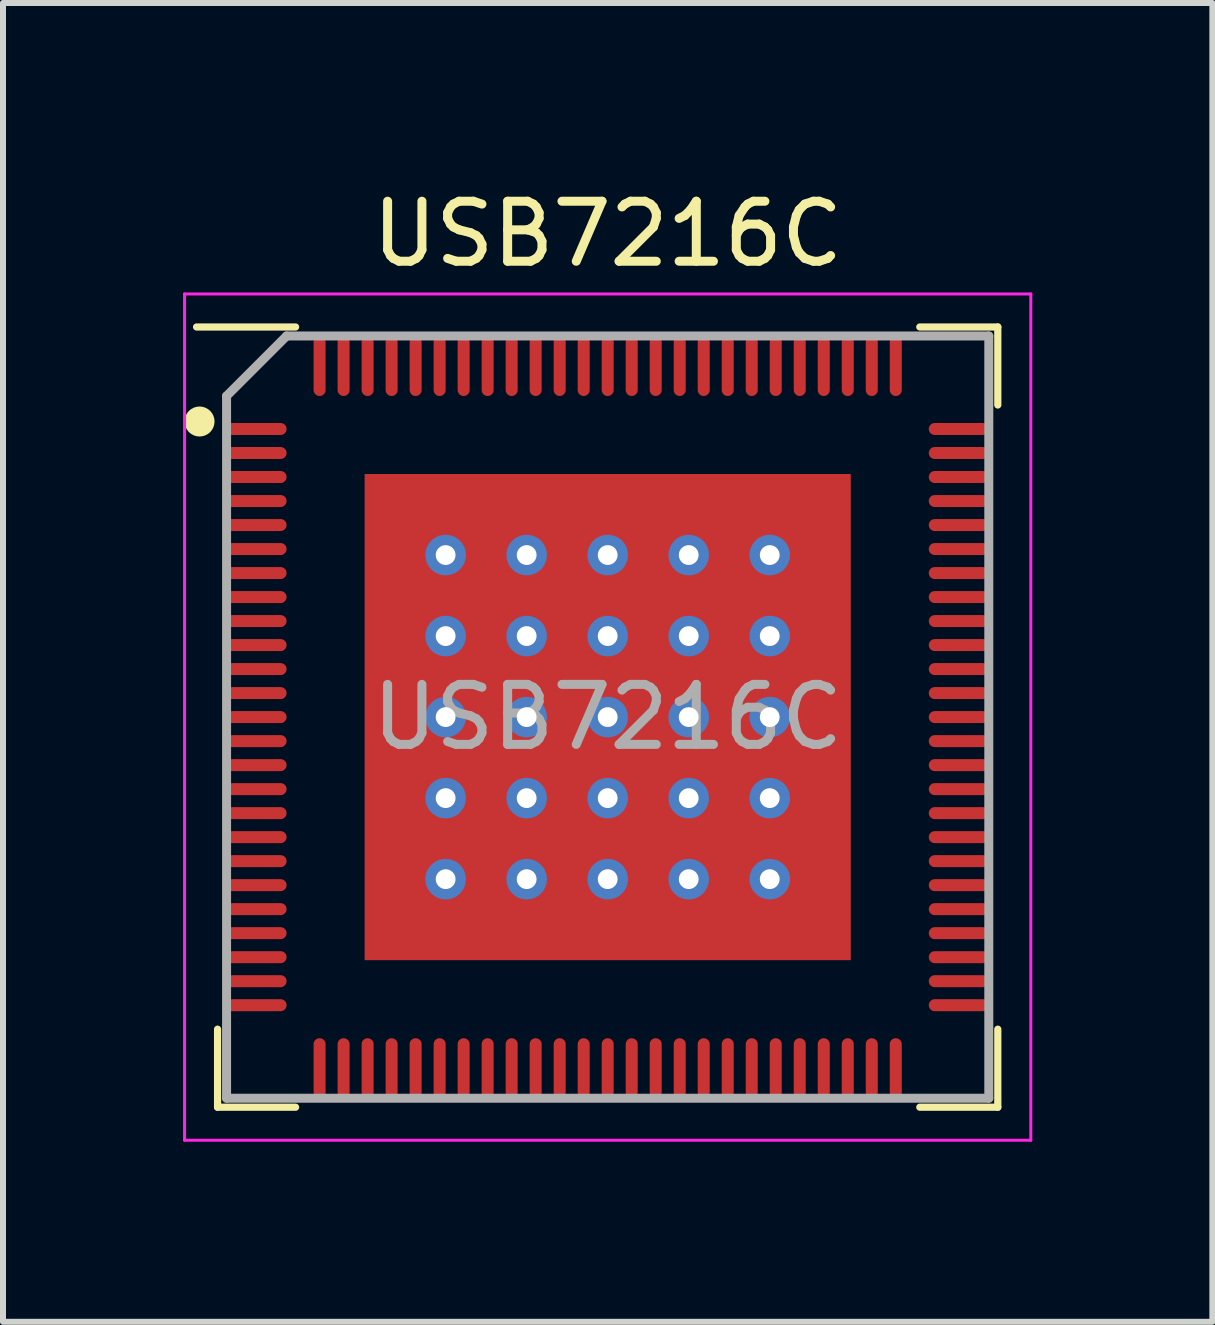
<source format=kicad_pcb>
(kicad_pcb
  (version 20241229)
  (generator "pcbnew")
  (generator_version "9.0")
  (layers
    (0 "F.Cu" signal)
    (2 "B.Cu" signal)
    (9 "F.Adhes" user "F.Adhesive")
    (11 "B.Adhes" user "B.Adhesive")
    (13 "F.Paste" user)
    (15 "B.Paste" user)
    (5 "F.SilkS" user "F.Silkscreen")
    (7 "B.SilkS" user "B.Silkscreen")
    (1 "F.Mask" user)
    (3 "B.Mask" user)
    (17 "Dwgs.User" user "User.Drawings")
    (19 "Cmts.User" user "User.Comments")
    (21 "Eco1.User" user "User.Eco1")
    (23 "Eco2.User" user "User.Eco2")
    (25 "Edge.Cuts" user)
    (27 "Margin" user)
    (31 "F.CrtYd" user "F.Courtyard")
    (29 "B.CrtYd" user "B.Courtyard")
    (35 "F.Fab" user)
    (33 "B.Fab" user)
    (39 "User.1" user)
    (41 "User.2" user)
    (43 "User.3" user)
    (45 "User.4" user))
  (footprint "USB7216C"
    (layer "F.Cu")
    (at 7.075 8.898)
    (property "Reference" "USB7216C" (at 0 -8.05 0) (layer "F.SilkS") (effects (font (size 1 1) (thickness 0.15))))
    (attr smd)
    (fp_line (start -6.5 6.5) (end -6.5 5.2) (stroke (width 0.12) (type default)) (layer "F.SilkS"))
    (fp_line (start -5.2 -6.5) (end -6.85 -6.5) (stroke (width 0.12) (type default)) (layer "F.SilkS"))
    (fp_line (start -5.2 6.5) (end -6.5 6.5) (stroke (width 0.12) (type default)) (layer "F.SilkS"))
    (fp_line (start 5.2 -6.5) (end 6.5 -6.5) (stroke (width 0.12) (type default)) (layer "F.SilkS"))
    (fp_line (start 5.2 6.5) (end 6.5 6.5) (stroke (width 0.12) (type default)) (layer "F.SilkS"))
    (fp_line (start 6.5 -6.5) (end 6.5 -5.2) (stroke (width 0.12) (type default)) (layer "F.SilkS"))
    (fp_line (start 6.5 6.5) (end 6.5 5.2) (stroke (width 0.12) (type default)) (layer "F.SilkS"))
    (fp_circle (center -6.8 -4.925) (end -6.8 -4.8) (stroke (width 0.25) (type solid)) (fill no) (layer "F.SilkS"))
    (fp_line (start -7.05 -7.05) (end 7.05 -7.05) (stroke (width 0.05) (type default)) (layer "F.CrtYd"))
    (fp_line (start -7.05 7.05) (end -7.05 -7.05) (stroke (width 0.05) (type default)) (layer "F.CrtYd"))
    (fp_line (start 7.05 -7.05) (end 7.05 7.05) (stroke (width 0.05) (type default)) (layer "F.CrtYd"))
    (fp_line (start 7.05 7.05) (end -7.05 7.05) (stroke (width 0.05) (type default)) (layer "F.CrtYd"))
    (fp_line (start -6.35 -5.35) (end -6.35 6.35) (stroke (width 0.15) (type default)) (layer "F.Fab"))
    (fp_line (start -6.35 6.35) (end 6.35 6.35) (stroke (width 0.15) (type default)) (layer "F.Fab"))
    (fp_line (start -5.35 -6.35) (end -6.35 -5.35) (stroke (width 0.15) (type default)) (layer "F.Fab"))
    (fp_line (start 6.35 -6.35) (end -5.35 -6.35) (stroke (width 0.15) (type default)) (layer "F.Fab"))
    (fp_line (start 6.35 6.35) (end 6.35 -6.35) (stroke (width 0.15) (type default)) (layer "F.Fab"))
    (fp_text user "${REFERENCE}" (at 0 0 0) (layer "F.Fab") (effects (font (size 1 1) (thickness 0.15))))
    (pad "" smd rect (at -3.375 -3.375) (size 0.6 0.6) (layers "F.Paste"))
    (pad "" smd rect (at -3.375 -2.025) (size 0.6 0.6) (layers "F.Paste"))
    (pad "" smd rect (at -3.375 -0.675) (size 0.6 0.6) (layers "F.Paste"))
    (pad "" smd rect (at -3.375 0.675) (size 0.6 0.6) (layers "F.Paste"))
    (pad "" smd rect (at -3.375 2.025) (size 0.6 0.6) (layers "F.Paste"))
    (pad "" smd rect (at -3.375 3.375) (size 0.6 0.6) (layers "F.Paste"))
    (pad "" smd rect (at -2.025 -3.375) (size 0.6 0.6) (layers "F.Paste"))
    (pad "" smd rect (at -2.025 -2.025) (size 0.6 0.6) (layers "F.Paste"))
    (pad "" smd rect (at -2.025 -0.675) (size 0.6 0.6) (layers "F.Paste"))
    (pad "" smd rect (at -2.025 0.675) (size 0.6 0.6) (layers "F.Paste"))
    (pad "" smd rect (at -2.025 2.025) (size 0.6 0.6) (layers "F.Paste"))
    (pad "" smd rect (at -2.025 3.375) (size 0.6 0.6) (layers "F.Paste"))
    (pad "" smd rect (at -0.675 -3.375) (size 0.6 0.6) (layers "F.Paste"))
    (pad "" smd rect (at -0.675 -2.025) (size 0.6 0.6) (layers "F.Paste"))
    (pad "" smd rect (at -0.675 -0.675) (size 0.6 0.6) (layers "F.Paste"))
    (pad "" smd rect (at -0.675 0.675) (size 0.6 0.6) (layers "F.Paste"))
    (pad "" smd rect (at -0.675 2.025) (size 0.6 0.6) (layers "F.Paste"))
    (pad "" smd rect (at -0.675 3.375) (size 0.6 0.6) (layers "F.Paste"))
    (pad "" smd rect (at 0.675 -3.375) (size 0.6 0.6) (layers "F.Paste"))
    (pad "" smd rect (at 0.675 -2.025) (size 0.6 0.6) (layers "F.Paste"))
    (pad "" smd rect (at 0.675 -0.675) (size 0.6 0.6) (layers "F.Paste"))
    (pad "" smd rect (at 0.675 0.675) (size 0.6 0.6) (layers "F.Paste"))
    (pad "" smd rect (at 0.675 2.025) (size 0.6 0.6) (layers "F.Paste"))
    (pad "" smd rect (at 0.675 3.375) (size 0.6 0.6) (layers "F.Paste"))
    (pad "" smd rect (at 2.025 -3.375) (size 0.6 0.6) (layers "F.Paste"))
    (pad "" smd rect (at 2.025 -2.025) (size 0.6 0.6) (layers "F.Paste"))
    (pad "" smd rect (at 2.025 -0.675) (size 0.6 0.6) (layers "F.Paste"))
    (pad "" smd rect (at 2.025 0.675) (size 0.6 0.6) (layers "F.Paste"))
    (pad "" smd rect (at 2.025 2.025) (size 0.6 0.6) (layers "F.Paste"))
    (pad "" smd rect (at 2.025 3.375) (size 0.6 0.6) (layers "F.Paste"))
    (pad "" smd rect (at 3.375 -3.375) (size 0.6 0.6) (layers "F.Paste"))
    (pad "" smd rect (at 3.375 -2.025) (size 0.6 0.6) (layers "F.Paste"))
    (pad "" smd rect (at 3.375 -0.675) (size 0.6 0.6) (layers "F.Paste"))
    (pad "" smd rect (at 3.375 0.675) (size 0.6 0.6) (layers "F.Paste"))
    (pad "" smd rect (at 3.375 2.025) (size 0.6 0.6) (layers "F.Paste"))
    (pad "" smd rect (at 3.375 3.375) (size 0.6 0.6) (layers "F.Paste"))
    (pad "1" smd oval (at -5.85 -4.8 90) (size 0.2 1) (layers "F.Cu" "F.Mask" "F.Paste"))
    (pad "2" smd oval (at -5.85 -4.4 90) (size 0.2 1) (layers "F.Cu" "F.Mask" "F.Paste"))
    (pad "3" smd oval (at -5.85 -4 90) (size 0.2 1) (layers "F.Cu" "F.Mask" "F.Paste"))
    (pad "4" smd oval (at -5.85 -3.6 90) (size 0.2 1) (layers "F.Cu" "F.Mask" "F.Paste"))
    (pad "5" smd oval (at -5.85 -3.2 90) (size 0.2 1) (layers "F.Cu" "F.Mask" "F.Paste"))
    (pad "6" smd oval (at -5.85 -2.8 90) (size 0.2 1) (layers "F.Cu" "F.Mask" "F.Paste"))
    (pad "7" smd oval (at -5.85 -2.4 90) (size 0.2 1) (layers "F.Cu" "F.Mask" "F.Paste"))
    (pad "8" smd oval (at -5.85 -2 90) (size 0.2 1) (layers "F.Cu" "F.Mask" "F.Paste"))
    (pad "9" smd oval (at -5.85 -1.6 90) (size 0.2 1) (layers "F.Cu" "F.Mask" "F.Paste"))
    (pad "10" smd oval (at -5.85 -1.2 90) (size 0.2 1) (layers "F.Cu" "F.Mask" "F.Paste"))
    (pad "11" smd oval (at -5.85 -0.8 90) (size 0.2 1) (layers "F.Cu" "F.Mask" "F.Paste"))
    (pad "12" smd oval (at -5.85 -0.4 90) (size 0.2 1) (layers "F.Cu" "F.Mask" "F.Paste"))
    (pad "13" smd oval (at -5.85 0 90) (size 0.2 1) (layers "F.Cu" "F.Mask" "F.Paste"))
    (pad "14" smd oval (at -5.85 0.4 90) (size 0.2 1) (layers "F.Cu" "F.Mask" "F.Paste"))
    (pad "15" smd oval (at -5.85 0.8 90) (size 0.2 1) (layers "F.Cu" "F.Mask" "F.Paste"))
    (pad "16" smd oval (at -5.85 1.2 90) (size 0.2 1) (layers "F.Cu" "F.Mask" "F.Paste"))
    (pad "17" smd oval (at -5.85 1.6 90) (size 0.2 1) (layers "F.Cu" "F.Mask" "F.Paste"))
    (pad "18" smd oval (at -5.85 2 90) (size 0.2 1) (layers "F.Cu" "F.Mask" "F.Paste"))
    (pad "19" smd oval (at -5.85 2.4 90) (size 0.2 1) (layers "F.Cu" "F.Mask" "F.Paste"))
    (pad "20" smd oval (at -5.85 2.8 90) (size 0.2 1) (layers "F.Cu" "F.Mask" "F.Paste"))
    (pad "21" smd oval (at -5.85 3.2 90) (size 0.2 1) (layers "F.Cu" "F.Mask" "F.Paste"))
    (pad "22" smd oval (at -5.85 3.6 90) (size 0.2 1) (layers "F.Cu" "F.Mask" "F.Paste"))
    (pad "23" smd oval (at -5.85 4 90) (size 0.2 1) (layers "F.Cu" "F.Mask" "F.Paste"))
    (pad "24" smd oval (at -5.85 4.4 90) (size 0.2 1) (layers "F.Cu" "F.Mask" "F.Paste"))
    (pad "25" smd oval (at -5.85 4.8 90) (size 0.2 1) (layers "F.Cu" "F.Mask" "F.Paste"))
    (pad "26" smd oval (at -4.8 5.85) (size 0.2 1) (layers "F.Cu" "F.Mask" "F.Paste"))
    (pad "27" smd oval (at -4.4 5.85) (size 0.2 1) (layers "F.Cu" "F.Mask" "F.Paste"))
    (pad "28" smd oval (at -4 5.85) (size 0.2 1) (layers "F.Cu" "F.Mask" "F.Paste"))
    (pad "29" smd oval (at -3.6 5.85) (size 0.2 1) (layers "F.Cu" "F.Mask" "F.Paste"))
    (pad "30" smd oval (at -3.2 5.85) (size 0.2 1) (layers "F.Cu" "F.Mask" "F.Paste"))
    (pad "31" smd oval (at -2.8 5.85) (size 0.2 1) (layers "F.Cu" "F.Mask" "F.Paste"))
    (pad "32" smd oval (at -2.4 5.85) (size 0.2 1) (layers "F.Cu" "F.Mask" "F.Paste"))
    (pad "33" smd oval (at -2 5.85) (size 0.2 1) (layers "F.Cu" "F.Mask" "F.Paste"))
    (pad "34" smd oval (at -1.6 5.85) (size 0.2 1) (layers "F.Cu" "F.Mask" "F.Paste"))
    (pad "35" smd oval (at -1.2 5.85) (size 0.2 1) (layers "F.Cu" "F.Mask" "F.Paste"))
    (pad "36" smd oval (at -0.8 5.85) (size 0.2 1) (layers "F.Cu" "F.Mask" "F.Paste"))
    (pad "37" smd oval (at -0.4 5.85) (size 0.2 1) (layers "F.Cu" "F.Mask" "F.Paste"))
    (pad "38" smd oval (at 0 5.85) (size 0.2 1) (layers "F.Cu" "F.Mask" "F.Paste"))
    (pad "39" smd oval (at 0.4 5.85) (size 0.2 1) (layers "F.Cu" "F.Mask" "F.Paste"))
    (pad "40" smd oval (at 0.8 5.85) (size 0.2 1) (layers "F.Cu" "F.Mask" "F.Paste"))
    (pad "41" smd oval (at 1.2 5.85) (size 0.2 1) (layers "F.Cu" "F.Mask" "F.Paste"))
    (pad "42" smd oval (at 1.6 5.85) (size 0.2 1) (layers "F.Cu" "F.Mask" "F.Paste"))
    (pad "43" smd oval (at 2 5.85) (size 0.2 1) (layers "F.Cu" "F.Mask" "F.Paste"))
    (pad "44" smd oval (at 2.4 5.85) (size 0.2 1) (layers "F.Cu" "F.Mask" "F.Paste"))
    (pad "45" smd oval (at 2.8 5.85) (size 0.2 1) (layers "F.Cu" "F.Mask" "F.Paste"))
    (pad "46" smd oval (at 3.2 5.85) (size 0.2 1) (layers "F.Cu" "F.Mask" "F.Paste"))
    (pad "47" smd oval (at 3.6 5.85) (size 0.2 1) (layers "F.Cu" "F.Mask" "F.Paste"))
    (pad "48" smd oval (at 4 5.85) (size 0.2 1) (layers "F.Cu" "F.Mask" "F.Paste"))
    (pad "49" smd oval (at 4.4 5.85) (size 0.2 1) (layers "F.Cu" "F.Mask" "F.Paste"))
    (pad "50" smd oval (at 4.8 5.85) (size 0.2 1) (layers "F.Cu" "F.Mask" "F.Paste"))
    (pad "51" smd oval (at 5.85 4.8 90) (size 0.2 1) (layers "F.Cu" "F.Mask" "F.Paste"))
    (pad "52" smd oval (at 5.85 4.4 90) (size 0.2 1) (layers "F.Cu" "F.Mask" "F.Paste"))
    (pad "53" smd oval (at 5.85 4 90) (size 0.2 1) (layers "F.Cu" "F.Mask" "F.Paste"))
    (pad "54" smd oval (at 5.85 3.6 90) (size 0.2 1) (layers "F.Cu" "F.Mask" "F.Paste"))
    (pad "55" smd oval (at 5.85 3.2 90) (size 0.2 1) (layers "F.Cu" "F.Mask" "F.Paste"))
    (pad "56" smd oval (at 5.85 2.8 90) (size 0.2 1) (layers "F.Cu" "F.Mask" "F.Paste"))
    (pad "57" smd oval (at 5.85 2.4 90) (size 0.2 1) (layers "F.Cu" "F.Mask" "F.Paste"))
    (pad "58" smd oval (at 5.85 2 90) (size 0.2 1) (layers "F.Cu" "F.Mask" "F.Paste"))
    (pad "59" smd oval (at 5.85 1.6 90) (size 0.2 1) (layers "F.Cu" "F.Mask" "F.Paste"))
    (pad "60" smd oval (at 5.85 1.2 90) (size 0.2 1) (layers "F.Cu" "F.Mask" "F.Paste"))
    (pad "61" smd oval (at 5.85 0.8 90) (size 0.2 1) (layers "F.Cu" "F.Mask" "F.Paste"))
    (pad "62" smd oval (at 5.85 0.4 90) (size 0.2 1) (layers "F.Cu" "F.Mask" "F.Paste"))
    (pad "63" smd oval (at 5.85 0 90) (size 0.2 1) (layers "F.Cu" "F.Mask" "F.Paste"))
    (pad "64" smd oval (at 5.85 -0.4 90) (size 0.2 1) (layers "F.Cu" "F.Mask" "F.Paste"))
    (pad "65" smd oval (at 5.85 -0.8 90) (size 0.2 1) (layers "F.Cu" "F.Mask" "F.Paste"))
    (pad "66" smd oval (at 5.85 -1.2 90) (size 0.2 1) (layers "F.Cu" "F.Mask" "F.Paste"))
    (pad "67" smd oval (at 5.85 -1.6 90) (size 0.2 1) (layers "F.Cu" "F.Mask" "F.Paste"))
    (pad "68" smd oval (at 5.85 -2 90) (size 0.2 1) (layers "F.Cu" "F.Mask" "F.Paste"))
    (pad "69" smd oval (at 5.85 -2.4 90) (size 0.2 1) (layers "F.Cu" "F.Mask" "F.Paste"))
    (pad "70" smd oval (at 5.85 -2.8 90) (size 0.2 1) (layers "F.Cu" "F.Mask" "F.Paste"))
    (pad "71" smd oval (at 5.85 -3.2 90) (size 0.2 1) (layers "F.Cu" "F.Mask" "F.Paste"))
    (pad "72" smd oval (at 5.85 -3.6 90) (size 0.2 1) (layers "F.Cu" "F.Mask" "F.Paste"))
    (pad "73" smd oval (at 5.85 -4 90) (size 0.2 1) (layers "F.Cu" "F.Mask" "F.Paste"))
    (pad "74" smd oval (at 5.85 -4.4 90) (size 0.2 1) (layers "F.Cu" "F.Mask" "F.Paste"))
    (pad "75" smd oval (at 5.85 -4.8 90) (size 0.2 1) (layers "F.Cu" "F.Mask" "F.Paste"))
    (pad "76" smd oval (at 4.8 -5.85) (size 0.2 1) (layers "F.Cu" "F.Mask" "F.Paste"))
    (pad "77" smd oval (at 4.4 -5.85) (size 0.2 1) (layers "F.Cu" "F.Mask" "F.Paste"))
    (pad "78" smd oval (at 4 -5.85) (size 0.2 1) (layers "F.Cu" "F.Mask" "F.Paste"))
    (pad "79" smd oval (at 3.6 -5.85) (size 0.2 1) (layers "F.Cu" "F.Mask" "F.Paste"))
    (pad "80" smd oval (at 3.2 -5.85) (size 0.2 1) (layers "F.Cu" "F.Mask" "F.Paste"))
    (pad "81" smd oval (at 2.8 -5.85) (size 0.2 1) (layers "F.Cu" "F.Mask" "F.Paste"))
    (pad "82" smd oval (at 2.4 -5.85) (size 0.2 1) (layers "F.Cu" "F.Mask" "F.Paste"))
    (pad "83" smd oval (at 2 -5.85) (size 0.2 1) (layers "F.Cu" "F.Mask" "F.Paste"))
    (pad "84" smd oval (at 1.6 -5.85) (size 0.2 1) (layers "F.Cu" "F.Mask" "F.Paste"))
    (pad "85" smd oval (at 1.2 -5.85) (size 0.2 1) (layers "F.Cu" "F.Mask" "F.Paste"))
    (pad "86" smd oval (at 0.8 -5.85) (size 0.2 1) (layers "F.Cu" "F.Mask" "F.Paste"))
    (pad "87" smd oval (at 0.4 -5.85) (size 0.2 1) (layers "F.Cu" "F.Mask" "F.Paste"))
    (pad "88" smd oval (at 0 -5.85) (size 0.2 1) (layers "F.Cu" "F.Mask" "F.Paste"))
    (pad "89" smd oval (at -0.4 -5.85) (size 0.2 1) (layers "F.Cu" "F.Mask" "F.Paste"))
    (pad "90" smd oval (at -0.8 -5.85) (size 0.2 1) (layers "F.Cu" "F.Mask" "F.Paste"))
    (pad "91" smd oval (at -1.2 -5.85) (size 0.2 1) (layers "F.Cu" "F.Mask" "F.Paste"))
    (pad "92" smd oval (at -1.6 -5.85) (size 0.2 1) (layers "F.Cu" "F.Mask" "F.Paste"))
    (pad "93" smd oval (at -2 -5.85) (size 0.2 1) (layers "F.Cu" "F.Mask" "F.Paste"))
    (pad "94" smd oval (at -2.4 -5.85) (size 0.2 1) (layers "F.Cu" "F.Mask" "F.Paste"))
    (pad "95" smd oval (at -2.8 -5.85) (size 0.2 1) (layers "F.Cu" "F.Mask" "F.Paste"))
    (pad "96" smd oval (at -3.2 -5.85) (size 0.2 1) (layers "F.Cu" "F.Mask" "F.Paste"))
    (pad "97" smd oval (at -3.6 -5.85) (size 0.2 1) (layers "F.Cu" "F.Mask" "F.Paste"))
    (pad "98" smd oval (at -4 -5.85) (size 0.2 1) (layers "F.Cu" "F.Mask" "F.Paste"))
    (pad "99" smd oval (at -4.4 -5.85) (size 0.2 1) (layers "F.Cu" "F.Mask" "F.Paste"))
    (pad "100" smd oval (at -4.8 -5.85) (size 0.2 1) (layers "F.Cu" "F.Mask" "F.Paste"))
    (pad "101" thru_hole circle (at -2.7 -2.7) (size 0.675 0.675) (drill 0.33) (property pad_prop_heatsink) (layers "*.Cu" "*.Mask"))
    (pad "101" thru_hole circle (at -2.7 -1.35) (size 0.675 0.675) (drill 0.33) (property pad_prop_heatsink) (layers "*.Cu" "*.Mask"))
    (pad "101" thru_hole circle (at -2.7 0) (size 0.675 0.675) (drill 0.33) (property pad_prop_heatsink) (layers "*.Cu" "*.Mask"))
    (pad "101" thru_hole circle (at -2.7 1.35) (size 0.675 0.675) (drill 0.33) (property pad_prop_heatsink) (layers "*.Cu" "*.Mask"))
    (pad "101" thru_hole circle (at -2.7 2.7) (size 0.675 0.675) (drill 0.33) (property pad_prop_heatsink) (layers "*.Cu" "*.Mask"))
    (pad "101" thru_hole circle (at -1.35 -2.7) (size 0.675 0.675) (drill 0.33) (property pad_prop_heatsink) (layers "*.Cu" "*.Mask"))
    (pad "101" thru_hole circle (at -1.35 -1.35) (size 0.675 0.675) (drill 0.33) (property pad_prop_heatsink) (layers "*.Cu" "*.Mask"))
    (pad "101" thru_hole circle (at -1.35 0) (size 0.675 0.675) (drill 0.33) (property pad_prop_heatsink) (layers "*.Cu" "*.Mask"))
    (pad "101" thru_hole circle (at -1.35 1.35) (size 0.675 0.675) (drill 0.33) (property pad_prop_heatsink) (layers "*.Cu" "*.Mask"))
    (pad "101" thru_hole circle (at -1.35 2.7) (size 0.675 0.675) (drill 0.33) (property pad_prop_heatsink) (layers "*.Cu" "*.Mask"))
    (pad "101" thru_hole circle (at 0 -2.7) (size 0.675 0.675) (drill 0.33) (property pad_prop_heatsink) (layers "*.Cu" "*.Mask"))
    (pad "101" thru_hole circle (at 0 -1.35) (size 0.675 0.675) (drill 0.33) (property pad_prop_heatsink) (layers "*.Cu" "*.Mask"))
    (pad "101" thru_hole circle (at 0 0) (size 0.675 0.675) (drill 0.33) (property pad_prop_heatsink) (layers "*.Cu" "*.Mask"))
    (pad "101" smd rect (at 0 0) (size 8.1 8.1) (layers "F.Cu" "F.Mask"))
    (pad "101" thru_hole circle (at 0 1.35) (size 0.675 0.675) (drill 0.33) (property pad_prop_heatsink) (layers "*.Cu" "*.Mask"))
    (pad "101" thru_hole circle (at 0 2.7) (size 0.675 0.675) (drill 0.33) (property pad_prop_heatsink) (layers "*.Cu" "*.Mask"))
    (pad "101" thru_hole circle (at 1.35 -2.7) (size 0.675 0.675) (drill 0.33) (property pad_prop_heatsink) (layers "*.Cu" "*.Mask"))
    (pad "101" thru_hole circle (at 1.35 -1.35) (size 0.675 0.675) (drill 0.33) (property pad_prop_heatsink) (layers "*.Cu" "*.Mask"))
    (pad "101" thru_hole circle (at 1.35 0) (size 0.675 0.675) (drill 0.33) (property pad_prop_heatsink) (layers "*.Cu" "*.Mask"))
    (pad "101" thru_hole circle (at 1.35 1.35) (size 0.675 0.675) (drill 0.33) (property pad_prop_heatsink) (layers "*.Cu" "*.Mask"))
    (pad "101" thru_hole circle (at 1.35 2.7) (size 0.675 0.675) (drill 0.33) (property pad_prop_heatsink) (layers "*.Cu" "*.Mask"))
    (pad "101" thru_hole circle (at 2.7 -2.7) (size 0.675 0.675) (drill 0.33) (property pad_prop_heatsink) (layers "*.Cu" "*.Mask"))
    (pad "101" thru_hole circle (at 2.7 -1.35) (size 0.675 0.675) (drill 0.33) (property pad_prop_heatsink) (layers "*.Cu" "*.Mask"))
    (pad "101" thru_hole circle (at 2.7 0) (size 0.675 0.675) (drill 0.33) (property pad_prop_heatsink) (layers "*.Cu" "*.Mask"))
    (pad "101" thru_hole circle (at 2.7 1.35) (size 0.675 0.675) (drill 0.33) (property pad_prop_heatsink) (layers "*.Cu" "*.Mask"))
    (pad "101" thru_hole circle (at 2.7 2.7) (size 0.675 0.675) (drill 0.33) (property pad_prop_heatsink) (layers "*.Cu" "*.Mask")))
  (gr_rect
    (start -3 -3)
    (end 17.15 18.973)
    (stroke (width 0.1) (type default))
    (fill no)
    (layer "Edge.Cuts")))
</source>
